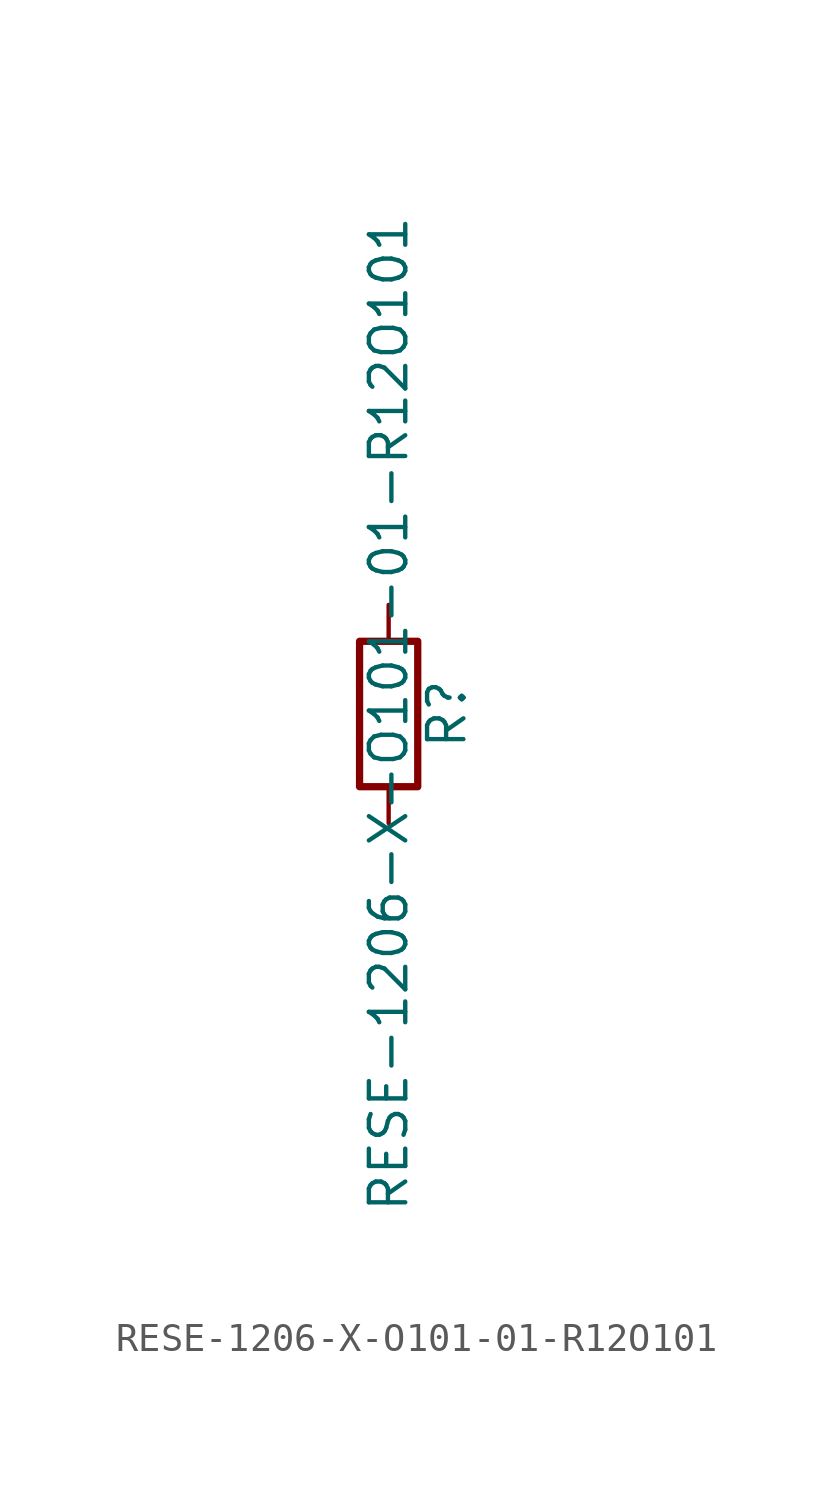
<source format=kicad_sym>
(kicad_symbol_lib
  (version 20211014)
  (generator kicad_symbol_editor)
  (symbol "RESE-1206-X-O101-01-R12O101"
    (pin_numbers hide)
    (pin_names
      (offset 0))
    (property "Reference" "R"
      (at 2.032 0 90)
      (effects (font (size 1.27 1.27))))
    (property "Value" "RESE-1206-X-O101-01-R12O101"
      (at 0 0 90)
      (effects (font (size 1.27 1.27))))
    (symbol "RESE-1206-X-O101-01-R12O101_0_1"
      (rectangle (start -1.016 -2.54) (end 1.016 2.54) (stroke (width 0.254) (type default) (color 0 0 0 0)) (fill (type none))))
    (symbol "RESE-1206-X-O101-01-R12O101_1_1"
      (pin passive line (at 0 3.81 270) (length 1.27) (name "~" (effects (font (size 1.27 1.27)))) (number "1" (effects (font (size 1.27 1.27)))))
      (pin passive line (at 0 -3.81 90) (length 1.27) (name "~" (effects (font (size 1.27 1.27)))) (number "2" (effects (font (size 1.27 1.27))))))))
</source>
